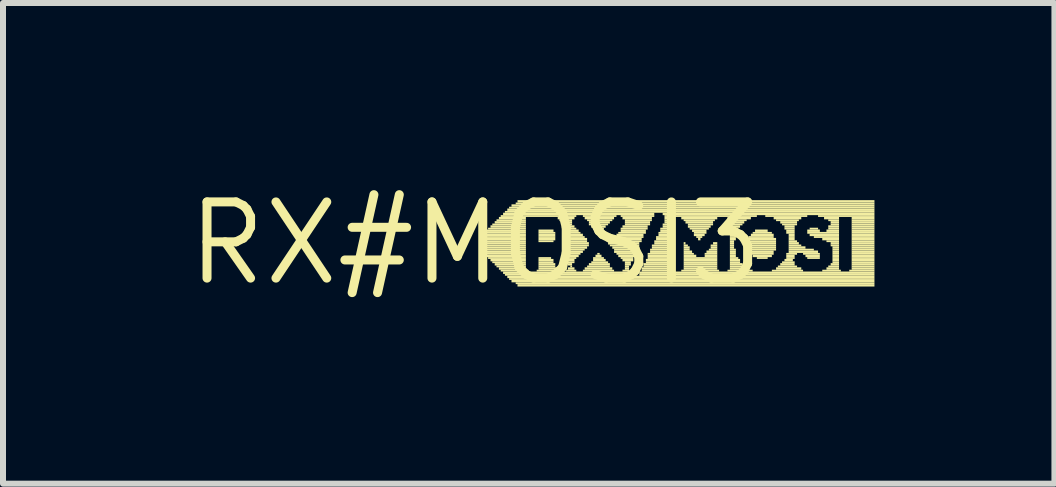
<source format=kicad_pcb>
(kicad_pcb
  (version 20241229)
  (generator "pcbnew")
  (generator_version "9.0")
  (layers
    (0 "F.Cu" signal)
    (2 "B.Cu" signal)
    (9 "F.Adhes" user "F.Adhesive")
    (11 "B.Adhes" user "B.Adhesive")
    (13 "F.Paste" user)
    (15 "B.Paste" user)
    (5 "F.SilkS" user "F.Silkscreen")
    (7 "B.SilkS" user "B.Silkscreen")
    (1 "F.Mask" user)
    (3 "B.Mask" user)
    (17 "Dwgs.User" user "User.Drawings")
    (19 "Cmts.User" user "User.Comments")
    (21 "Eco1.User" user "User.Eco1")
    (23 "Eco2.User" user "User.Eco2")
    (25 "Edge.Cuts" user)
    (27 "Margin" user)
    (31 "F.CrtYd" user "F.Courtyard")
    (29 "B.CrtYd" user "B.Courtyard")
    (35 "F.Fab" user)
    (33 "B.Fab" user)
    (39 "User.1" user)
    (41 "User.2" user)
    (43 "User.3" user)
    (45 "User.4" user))
  (footprint "RX#MOSI3"
    (layer "F.Cu")
    (at 4.876 1.006)
    (property "Reference" "RX#MOSI3" (at 0 0 0) (layer "F.SilkS") (effects (font (size 1.27 1.27) (thickness 0.15))))
    (fp_poly (pts (xy 0.11 -0.09) (xy 0.84 -0.09) (xy 0.84 -0.12) (xy 0.11 -0.12)) (stroke (width 0) (type solid)) (fill yes) (layer "F.SilkS"))
    (fp_poly (pts (xy 0.11 -0.05) (xy 0.84 -0.05) (xy 0.84 -0.09) (xy 0.11 -0.09)) (stroke (width 0) (type solid)) (fill yes) (layer "F.SilkS"))
    (fp_poly (pts (xy 0.11 -0.02) (xy 0.84 -0.02) (xy 0.84 -0.05) (xy 0.11 -0.05)) (stroke (width 0) (type solid)) (fill yes) (layer "F.SilkS"))
    (fp_poly (pts (xy 0.11 0.02) (xy 0.84 0.02) (xy 0.84 -0.02) (xy 0.11 -0.02)) (stroke (width 0) (type solid)) (fill yes) (layer "F.SilkS"))
    (fp_poly (pts (xy 0.11 0.05) (xy 0.84 0.05) (xy 0.84 0.02) (xy 0.11 0.02)) (stroke (width 0) (type solid)) (fill yes) (layer "F.SilkS"))
    (fp_poly (pts (xy 0.11 0.09) (xy 0.84 0.09) (xy 0.84 0.05) (xy 0.11 0.05)) (stroke (width 0) (type solid)) (fill yes) (layer "F.SilkS"))
    (fp_poly (pts (xy 0.11 0.12) (xy 0.84 0.12) (xy 0.84 0.09) (xy 0.11 0.09)) (stroke (width 0) (type solid)) (fill yes) (layer "F.SilkS"))
    (fp_poly (pts (xy 0.14 -0.12) (xy 0.84 -0.12) (xy 0.84 -0.16) (xy 0.14 -0.16)) (stroke (width 0) (type solid)) (fill yes) (layer "F.SilkS"))
    (fp_poly (pts (xy 0.14 0.16) (xy 0.84 0.16) (xy 0.84 0.12) (xy 0.14 0.12)) (stroke (width 0) (type solid)) (fill yes) (layer "F.SilkS"))
    (fp_poly (pts (xy 0.18 -0.19) (xy 0.84 -0.19) (xy 0.84 -0.23) (xy 0.18 -0.23)) (stroke (width 0) (type solid)) (fill yes) (layer "F.SilkS"))
    (fp_poly (pts (xy 0.18 -0.16) (xy 0.84 -0.16) (xy 0.84 -0.19) (xy 0.18 -0.19)) (stroke (width 0) (type solid)) (fill yes) (layer "F.SilkS"))
    (fp_poly (pts (xy 0.18 0.19) (xy 0.84 0.19) (xy 0.84 0.16) (xy 0.18 0.16)) (stroke (width 0) (type solid)) (fill yes) (layer "F.SilkS"))
    (fp_poly (pts (xy 0.18 0.23) (xy 0.84 0.23) (xy 0.84 0.19) (xy 0.18 0.19)) (stroke (width 0) (type solid)) (fill yes) (layer "F.SilkS"))
    (fp_poly (pts (xy 0.21 -0.23) (xy 0.84 -0.23) (xy 0.84 -0.26) (xy 0.21 -0.26)) (stroke (width 0) (type solid)) (fill yes) (layer "F.SilkS"))
    (fp_poly (pts (xy 0.21 0.26) (xy 0.84 0.26) (xy 0.84 0.23) (xy 0.21 0.23)) (stroke (width 0) (type solid)) (fill yes) (layer "F.SilkS"))
    (fp_poly (pts (xy 0.25 -0.26) (xy 0.84 -0.26) (xy 0.84 -0.3) (xy 0.25 -0.3)) (stroke (width 0) (type solid)) (fill yes) (layer "F.SilkS"))
    (fp_poly (pts (xy 0.25 0.3) (xy 0.84 0.3) (xy 0.84 0.26) (xy 0.25 0.26)) (stroke (width 0) (type solid)) (fill yes) (layer "F.SilkS"))
    (fp_poly (pts (xy 0.28 -0.3) (xy 0.84 -0.3) (xy 0.84 -0.33) (xy 0.28 -0.33)) (stroke (width 0) (type solid)) (fill yes) (layer "F.SilkS"))
    (fp_poly (pts (xy 0.28 0.33) (xy 0.84 0.33) (xy 0.84 0.3) (xy 0.28 0.3)) (stroke (width 0) (type solid)) (fill yes) (layer "F.SilkS"))
    (fp_poly (pts (xy 0.32 -0.33) (xy 0.84 -0.33) (xy 0.84 -0.37) (xy 0.32 -0.37)) (stroke (width 0) (type solid)) (fill yes) (layer "F.SilkS"))
    (fp_poly (pts (xy 0.32 0.37) (xy 0.84 0.37) (xy 0.84 0.33) (xy 0.32 0.33)) (stroke (width 0) (type solid)) (fill yes) (layer "F.SilkS"))
    (fp_poly (pts (xy 0.35 -0.37) (xy 0.84 -0.37) (xy 0.84 -0.4) (xy 0.35 -0.4)) (stroke (width 0) (type solid)) (fill yes) (layer "F.SilkS"))
    (fp_poly (pts (xy 0.35 0.4) (xy 0.84 0.4) (xy 0.84 0.37) (xy 0.35 0.37)) (stroke (width 0) (type solid)) (fill yes) (layer "F.SilkS"))
    (fp_poly (pts (xy 0.39 -0.4) (xy 0.84 -0.4) (xy 0.84 -0.44) (xy 0.39 -0.44)) (stroke (width 0) (type solid)) (fill yes) (layer "F.SilkS"))
    (fp_poly (pts (xy 0.39 0.44) (xy 0.84 0.44) (xy 0.84 0.4) (xy 0.39 0.4)) (stroke (width 0) (type solid)) (fill yes) (layer "F.SilkS"))
    (fp_poly (pts (xy 0.42 -0.44) (xy 1.68 -0.44) (xy 1.68 -0.47) (xy 0.42 -0.47)) (stroke (width 0) (type solid)) (fill yes) (layer "F.SilkS"))
    (fp_poly (pts (xy 0.42 0.47) (xy 0.88 0.47) (xy 0.88 0.44) (xy 0.42 0.44)) (stroke (width 0) (type solid)) (fill yes) (layer "F.SilkS"))
    (fp_poly (pts (xy 0.46 -0.47) (xy 2.98 -0.47) (xy 2.98 -0.51) (xy 0.46 -0.51)) (stroke (width 0) (type solid)) (fill yes) (layer "F.SilkS"))
    (fp_poly (pts (xy 0.46 0.51) (xy 2.56 0.51) (xy 2.56 0.47) (xy 0.46 0.47)) (stroke (width 0) (type solid)) (fill yes) (layer "F.SilkS"))
    (fp_poly (pts (xy 0.49 -0.51) (xy 6.65 -0.51) (xy 6.65 -0.54) (xy 0.49 -0.54)) (stroke (width 0) (type solid)) (fill yes) (layer "F.SilkS"))
    (fp_poly (pts (xy 0.49 0.54) (xy 2.63 0.54) (xy 2.63 0.51) (xy 0.49 0.51)) (stroke (width 0) (type solid)) (fill yes) (layer "F.SilkS"))
    (fp_poly (pts (xy 0.53 -0.54) (xy 6.65 -0.54) (xy 6.65 -0.58) (xy 0.53 -0.58)) (stroke (width 0) (type solid)) (fill yes) (layer "F.SilkS"))
    (fp_poly (pts (xy 0.53 0.58) (xy 6.65 0.58) (xy 6.65 0.54) (xy 0.53 0.54)) (stroke (width 0) (type solid)) (fill yes) (layer "F.SilkS"))
    (fp_poly (pts (xy 0.56 -0.58) (xy 6.65 -0.58) (xy 6.65 -0.61) (xy 0.56 -0.61)) (stroke (width 0) (type solid)) (fill yes) (layer "F.SilkS"))
    (fp_poly (pts (xy 0.56 0.61) (xy 6.65 0.61) (xy 6.65 0.58) (xy 0.56 0.58)) (stroke (width 0) (type solid)) (fill yes) (layer "F.SilkS"))
    (fp_poly (pts (xy 0.6 -0.61) (xy 6.65 -0.61) (xy 6.65 -0.65) (xy 0.6 -0.65)) (stroke (width 0) (type solid)) (fill yes) (layer "F.SilkS"))
    (fp_poly (pts (xy 0.6 0.65) (xy 6.65 0.65) (xy 6.65 0.61) (xy 0.6 0.61)) (stroke (width 0) (type solid)) (fill yes) (layer "F.SilkS"))
    (fp_poly (pts (xy 0.67 -0.65) (xy 6.65 -0.65) (xy 6.65 -0.68) (xy 0.67 -0.68)) (stroke (width 0) (type solid)) (fill yes) (layer "F.SilkS"))
    (fp_poly (pts (xy 0.67 0.68) (xy 6.65 0.68) (xy 6.65 0.65) (xy 0.67 0.65)) (stroke (width 0) (type solid)) (fill yes) (layer "F.SilkS"))
    (fp_poly (pts (xy 0.7 -0.68) (xy 6.65 -0.68) (xy 6.65 -0.72) (xy 0.7 -0.72)) (stroke (width 0) (type solid)) (fill yes) (layer "F.SilkS"))
    (fp_poly (pts (xy 0.7 0.72) (xy 6.65 0.72) (xy 6.65 0.68) (xy 0.7 0.68)) (stroke (width 0) (type solid)) (fill yes) (layer "F.SilkS"))
    (fp_poly (pts (xy 1.02 0.47) (xy 1.37 0.47) (xy 1.37 0.44) (xy 1.02 0.44)) (stroke (width 0) (type solid)) (fill yes) (layer "F.SilkS"))
    (fp_poly (pts (xy 1.05 -0.19) (xy 1.3 -0.19) (xy 1.3 -0.23) (xy 1.05 -0.23)) (stroke (width 0) (type solid)) (fill yes) (layer "F.SilkS"))
    (fp_poly (pts (xy 1.05 -0.16) (xy 1.33 -0.16) (xy 1.33 -0.19) (xy 1.05 -0.19)) (stroke (width 0) (type solid)) (fill yes) (layer "F.SilkS"))
    (fp_poly (pts (xy 1.05 -0.12) (xy 1.33 -0.12) (xy 1.33 -0.16) (xy 1.05 -0.16)) (stroke (width 0) (type solid)) (fill yes) (layer "F.SilkS"))
    (fp_poly (pts (xy 1.05 -0.09) (xy 1.33 -0.09) (xy 1.33 -0.12) (xy 1.05 -0.12)) (stroke (width 0) (type solid)) (fill yes) (layer "F.SilkS"))
    (fp_poly (pts (xy 1.05 -0.05) (xy 1.33 -0.05) (xy 1.33 -0.09) (xy 1.05 -0.09)) (stroke (width 0) (type solid)) (fill yes) (layer "F.SilkS"))
    (fp_poly (pts (xy 1.05 -0.02) (xy 1.3 -0.02) (xy 1.3 -0.05) (xy 1.05 -0.05)) (stroke (width 0) (type solid)) (fill yes) (layer "F.SilkS"))
    (fp_poly (pts (xy 1.05 0.26) (xy 1.26 0.26) (xy 1.26 0.23) (xy 1.05 0.23)) (stroke (width 0) (type solid)) (fill yes) (layer "F.SilkS"))
    (fp_poly (pts (xy 1.05 0.3) (xy 1.3 0.3) (xy 1.3 0.26) (xy 1.05 0.26)) (stroke (width 0) (type solid)) (fill yes) (layer "F.SilkS"))
    (fp_poly (pts (xy 1.05 0.33) (xy 1.3 0.33) (xy 1.3 0.3) (xy 1.05 0.3)) (stroke (width 0) (type solid)) (fill yes) (layer "F.SilkS"))
    (fp_poly (pts (xy 1.05 0.37) (xy 1.33 0.37) (xy 1.33 0.33) (xy 1.05 0.33)) (stroke (width 0) (type solid)) (fill yes) (layer "F.SilkS"))
    (fp_poly (pts (xy 1.05 0.4) (xy 1.33 0.4) (xy 1.33 0.37) (xy 1.05 0.37)) (stroke (width 0) (type solid)) (fill yes) (layer "F.SilkS"))
    (fp_poly (pts (xy 1.05 0.44) (xy 1.37 0.44) (xy 1.37 0.4) (xy 1.05 0.4)) (stroke (width 0) (type solid)) (fill yes) (layer "F.SilkS"))
    (fp_poly (pts (xy 1.37 -0.4) (xy 1.65 -0.4) (xy 1.65 -0.44) (xy 1.37 -0.44)) (stroke (width 0) (type solid)) (fill yes) (layer "F.SilkS"))
    (fp_poly (pts (xy 1.4 -0.37) (xy 1.61 -0.37) (xy 1.61 -0.4) (xy 1.4 -0.4)) (stroke (width 0) (type solid)) (fill yes) (layer "F.SilkS"))
    (fp_poly (pts (xy 1.47 -0.33) (xy 1.61 -0.33) (xy 1.61 -0.37) (xy 1.47 -0.37)) (stroke (width 0) (type solid)) (fill yes) (layer "F.SilkS"))
    (fp_poly (pts (xy 1.47 0.12) (xy 1.82 0.12) (xy 1.82 0.09) (xy 1.47 0.09)) (stroke (width 0) (type solid)) (fill yes) (layer "F.SilkS"))
    (fp_poly (pts (xy 1.47 0.16) (xy 1.79 0.16) (xy 1.79 0.12) (xy 1.47 0.12)) (stroke (width 0) (type solid)) (fill yes) (layer "F.SilkS"))
    (fp_poly (pts (xy 1.47 0.19) (xy 1.75 0.19) (xy 1.75 0.16) (xy 1.47 0.16)) (stroke (width 0) (type solid)) (fill yes) (layer "F.SilkS"))
    (fp_poly (pts (xy 1.51 -0.3) (xy 1.61 -0.3) (xy 1.61 -0.33) (xy 1.51 -0.33)) (stroke (width 0) (type solid)) (fill yes) (layer "F.SilkS"))
    (fp_poly (pts (xy 1.51 -0.26) (xy 1.65 -0.26) (xy 1.65 -0.3) (xy 1.51 -0.3)) (stroke (width 0) (type solid)) (fill yes) (layer "F.SilkS"))
    (fp_poly (pts (xy 1.51 0.05) (xy 1.89 0.05) (xy 1.89 0.02) (xy 1.51 0.02)) (stroke (width 0) (type solid)) (fill yes) (layer "F.SilkS"))
    (fp_poly (pts (xy 1.51 0.09) (xy 1.86 0.09) (xy 1.86 0.05) (xy 1.51 0.05)) (stroke (width 0) (type solid)) (fill yes) (layer "F.SilkS"))
    (fp_poly (pts (xy 1.51 0.23) (xy 1.72 0.23) (xy 1.72 0.19) (xy 1.51 0.19)) (stroke (width 0) (type solid)) (fill yes) (layer "F.SilkS"))
    (fp_poly (pts (xy 1.51 0.26) (xy 1.68 0.26) (xy 1.68 0.23) (xy 1.51 0.23)) (stroke (width 0) (type solid)) (fill yes) (layer "F.SilkS"))
    (fp_poly (pts (xy 1.51 0.47) (xy 1.68 0.47) (xy 1.68 0.44) (xy 1.51 0.44)) (stroke (width 0) (type solid)) (fill yes) (layer "F.SilkS"))
    (fp_poly (pts (xy 1.54 -0.23) (xy 1.68 -0.23) (xy 1.68 -0.26) (xy 1.54 -0.26)) (stroke (width 0) (type solid)) (fill yes) (layer "F.SilkS"))
    (fp_poly (pts (xy 1.54 -0.19) (xy 1.72 -0.19) (xy 1.72 -0.23) (xy 1.54 -0.23)) (stroke (width 0) (type solid)) (fill yes) (layer "F.SilkS"))
    (fp_poly (pts (xy 1.54 -0.16) (xy 1.75 -0.16) (xy 1.75 -0.19) (xy 1.54 -0.19)) (stroke (width 0) (type solid)) (fill yes) (layer "F.SilkS"))
    (fp_poly (pts (xy 1.54 -0.12) (xy 1.79 -0.12) (xy 1.79 -0.16) (xy 1.54 -0.16)) (stroke (width 0) (type solid)) (fill yes) (layer "F.SilkS"))
    (fp_poly (pts (xy 1.54 -0.09) (xy 1.82 -0.09) (xy 1.82 -0.12) (xy 1.54 -0.12)) (stroke (width 0) (type solid)) (fill yes) (layer "F.SilkS"))
    (fp_poly (pts (xy 1.54 -0.05) (xy 1.86 -0.05) (xy 1.86 -0.09) (xy 1.54 -0.09)) (stroke (width 0) (type solid)) (fill yes) (layer "F.SilkS"))
    (fp_poly (pts (xy 1.54 -0.02) (xy 1.86 -0.02) (xy 1.86 -0.05) (xy 1.54 -0.05)) (stroke (width 0) (type solid)) (fill yes) (layer "F.SilkS"))
    (fp_poly (pts (xy 1.54 0.02) (xy 1.89 0.02) (xy 1.89 -0.02) (xy 1.54 -0.02)) (stroke (width 0) (type solid)) (fill yes) (layer "F.SilkS"))
    (fp_poly (pts (xy 1.54 0.3) (xy 1.65 0.3) (xy 1.65 0.26) (xy 1.54 0.26)) (stroke (width 0) (type solid)) (fill yes) (layer "F.SilkS"))
    (fp_poly (pts (xy 1.54 0.33) (xy 1.65 0.33) (xy 1.65 0.3) (xy 1.54 0.3)) (stroke (width 0) (type solid)) (fill yes) (layer "F.SilkS"))
    (fp_poly (pts (xy 1.54 0.37) (xy 1.61 0.37) (xy 1.61 0.33) (xy 1.54 0.33)) (stroke (width 0) (type solid)) (fill yes) (layer "F.SilkS"))
    (fp_poly (pts (xy 1.54 0.44) (xy 1.65 0.44) (xy 1.65 0.4) (xy 1.54 0.4)) (stroke (width 0) (type solid)) (fill yes) (layer "F.SilkS"))
    (fp_poly (pts (xy 1.58 0.4) (xy 1.61 0.4) (xy 1.61 0.37) (xy 1.58 0.37)) (stroke (width 0) (type solid)) (fill yes) (layer "F.SilkS"))
    (fp_poly (pts (xy 1.79 -0.44) (xy 2.35 -0.44) (xy 2.35 -0.47) (xy 1.79 -0.47)) (stroke (width 0) (type solid)) (fill yes) (layer "F.SilkS"))
    (fp_poly (pts (xy 1.79 0.47) (xy 2.31 0.47) (xy 2.31 0.44) (xy 1.79 0.44)) (stroke (width 0) (type solid)) (fill yes) (layer "F.SilkS"))
    (fp_poly (pts (xy 1.82 -0.4) (xy 2.31 -0.4) (xy 2.31 -0.44) (xy 1.82 -0.44)) (stroke (width 0) (type solid)) (fill yes) (layer "F.SilkS"))
    (fp_poly (pts (xy 1.82 0.44) (xy 2.28 0.44) (xy 2.28 0.4) (xy 1.82 0.4)) (stroke (width 0) (type solid)) (fill yes) (layer "F.SilkS"))
    (fp_poly (pts (xy 1.86 -0.37) (xy 2.28 -0.37) (xy 2.28 -0.4) (xy 1.86 -0.4)) (stroke (width 0) (type solid)) (fill yes) (layer "F.SilkS"))
    (fp_poly (pts (xy 1.86 0.4) (xy 2.24 0.4) (xy 2.24 0.37) (xy 1.86 0.37)) (stroke (width 0) (type solid)) (fill yes) (layer "F.SilkS"))
    (fp_poly (pts (xy 1.89 -0.33) (xy 2.24 -0.33) (xy 2.24 -0.37) (xy 1.89 -0.37)) (stroke (width 0) (type solid)) (fill yes) (layer "F.SilkS"))
    (fp_poly (pts (xy 1.89 -0.3) (xy 2.21 -0.3) (xy 2.21 -0.33) (xy 1.89 -0.33)) (stroke (width 0) (type solid)) (fill yes) (layer "F.SilkS"))
    (fp_poly (pts (xy 1.89 0.37) (xy 2.24 0.37) (xy 2.24 0.33) (xy 1.89 0.33)) (stroke (width 0) (type solid)) (fill yes) (layer "F.SilkS"))
    (fp_poly (pts (xy 1.93 -0.26) (xy 2.17 -0.26) (xy 2.17 -0.3) (xy 1.93 -0.3)) (stroke (width 0) (type solid)) (fill yes) (layer "F.SilkS"))
    (fp_poly (pts (xy 1.93 0.33) (xy 2.21 0.33) (xy 2.21 0.3) (xy 1.93 0.3)) (stroke (width 0) (type solid)) (fill yes) (layer "F.SilkS"))
    (fp_poly (pts (xy 1.96 -0.23) (xy 2.14 -0.23) (xy 2.14 -0.26) (xy 1.96 -0.26)) (stroke (width 0) (type solid)) (fill yes) (layer "F.SilkS"))
    (fp_poly (pts (xy 1.96 0.26) (xy 2.14 0.26) (xy 2.14 0.23) (xy 1.96 0.23)) (stroke (width 0) (type solid)) (fill yes) (layer "F.SilkS"))
    (fp_poly (pts (xy 1.96 0.3) (xy 2.17 0.3) (xy 2.17 0.26) (xy 1.96 0.26)) (stroke (width 0) (type solid)) (fill yes) (layer "F.SilkS"))
    (fp_poly (pts (xy 2 -0.19) (xy 2.1 -0.19) (xy 2.1 -0.23) (xy 2 -0.23)) (stroke (width 0) (type solid)) (fill yes) (layer "F.SilkS"))
    (fp_poly (pts (xy 2 0.23) (xy 2.1 0.23) (xy 2.1 0.19) (xy 2 0.19)) (stroke (width 0) (type solid)) (fill yes) (layer "F.SilkS"))
    (fp_poly (pts (xy 2.03 -0.16) (xy 2.07 -0.16) (xy 2.07 -0.19) (xy 2.03 -0.19)) (stroke (width 0) (type solid)) (fill yes) (layer "F.SilkS"))
    (fp_poly (pts (xy 2.03 0.19) (xy 2.07 0.19) (xy 2.07 0.16) (xy 2.03 0.16)) (stroke (width 0) (type solid)) (fill yes) (layer "F.SilkS"))
    (fp_poly (pts (xy 2.21 0.02) (xy 2.73 0.02) (xy 2.73 -0.02) (xy 2.21 -0.02)) (stroke (width 0) (type solid)) (fill yes) (layer "F.SilkS"))
    (fp_poly (pts (xy 2.24 -0.02) (xy 2.77 -0.02) (xy 2.77 -0.05) (xy 2.24 -0.05)) (stroke (width 0) (type solid)) (fill yes) (layer "F.SilkS"))
    (fp_poly (pts (xy 2.24 0.05) (xy 2.73 0.05) (xy 2.73 0.02) (xy 2.24 0.02)) (stroke (width 0) (type solid)) (fill yes) (layer "F.SilkS"))
    (fp_poly (pts (xy 2.28 -0.05) (xy 2.77 -0.05) (xy 2.77 -0.09) (xy 2.28 -0.09)) (stroke (width 0) (type solid)) (fill yes) (layer "F.SilkS"))
    (fp_poly (pts (xy 2.28 0.09) (xy 2.73 0.09) (xy 2.73 0.05) (xy 2.28 0.05)) (stroke (width 0) (type solid)) (fill yes) (layer "F.SilkS"))
    (fp_poly (pts (xy 2.31 -0.09) (xy 2.8 -0.09) (xy 2.8 -0.12) (xy 2.31 -0.12)) (stroke (width 0) (type solid)) (fill yes) (layer "F.SilkS"))
    (fp_poly (pts (xy 2.31 0.12) (xy 2.7 0.12) (xy 2.7 0.09) (xy 2.31 0.09)) (stroke (width 0) (type solid)) (fill yes) (layer "F.SilkS"))
    (fp_poly (pts (xy 2.31 0.16) (xy 2.7 0.16) (xy 2.7 0.12) (xy 2.31 0.12)) (stroke (width 0) (type solid)) (fill yes) (layer "F.SilkS"))
    (fp_poly (pts (xy 2.35 -0.12) (xy 2.8 -0.12) (xy 2.8 -0.16) (xy 2.35 -0.16)) (stroke (width 0) (type solid)) (fill yes) (layer "F.SilkS"))
    (fp_poly (pts (xy 2.35 0.19) (xy 2.66 0.19) (xy 2.66 0.16) (xy 2.35 0.16)) (stroke (width 0) (type solid)) (fill yes) (layer "F.SilkS"))
    (fp_poly (pts (xy 2.38 -0.16) (xy 2.84 -0.16) (xy 2.84 -0.19) (xy 2.38 -0.19)) (stroke (width 0) (type solid)) (fill yes) (layer "F.SilkS"))
    (fp_poly (pts (xy 2.38 0.23) (xy 2.66 0.23) (xy 2.66 0.19) (xy 2.38 0.19)) (stroke (width 0) (type solid)) (fill yes) (layer "F.SilkS"))
    (fp_poly (pts (xy 2.42 -0.44) (xy 2.98 -0.44) (xy 2.98 -0.47) (xy 2.42 -0.47)) (stroke (width 0) (type solid)) (fill yes) (layer "F.SilkS"))
    (fp_poly (pts (xy 2.42 -0.23) (xy 2.87 -0.23) (xy 2.87 -0.26) (xy 2.42 -0.26)) (stroke (width 0) (type solid)) (fill yes) (layer "F.SilkS"))
    (fp_poly (pts (xy 2.42 -0.19) (xy 2.84 -0.19) (xy 2.84 -0.23) (xy 2.42 -0.23)) (stroke (width 0) (type solid)) (fill yes) (layer "F.SilkS"))
    (fp_poly (pts (xy 2.42 0.26) (xy 2.63 0.26) (xy 2.63 0.23) (xy 2.42 0.23)) (stroke (width 0) (type solid)) (fill yes) (layer "F.SilkS"))
    (fp_poly (pts (xy 2.45 -0.4) (xy 2.94 -0.4) (xy 2.94 -0.44) (xy 2.45 -0.44)) (stroke (width 0) (type solid)) (fill yes) (layer "F.SilkS"))
    (fp_poly (pts (xy 2.45 -0.26) (xy 2.87 -0.26) (xy 2.87 -0.3) (xy 2.45 -0.3)) (stroke (width 0) (type solid)) (fill yes) (layer "F.SilkS"))
    (fp_poly (pts (xy 2.45 0.3) (xy 2.63 0.3) (xy 2.63 0.26) (xy 2.45 0.26)) (stroke (width 0) (type solid)) (fill yes) (layer "F.SilkS"))
    (fp_poly (pts (xy 2.45 0.47) (xy 2.56 0.47) (xy 2.56 0.44) (xy 2.45 0.44)) (stroke (width 0) (type solid)) (fill yes) (layer "F.SilkS"))
    (fp_poly (pts (xy 2.49 -0.37) (xy 2.94 -0.37) (xy 2.94 -0.4) (xy 2.49 -0.4)) (stroke (width 0) (type solid)) (fill yes) (layer "F.SilkS"))
    (fp_poly (pts (xy 2.49 -0.33) (xy 2.91 -0.33) (xy 2.91 -0.37) (xy 2.49 -0.37)) (stroke (width 0) (type solid)) (fill yes) (layer "F.SilkS"))
    (fp_poly (pts (xy 2.49 -0.3) (xy 2.91 -0.3) (xy 2.91 -0.33) (xy 2.49 -0.33)) (stroke (width 0) (type solid)) (fill yes) (layer "F.SilkS"))
    (fp_poly (pts (xy 2.49 0.33) (xy 2.59 0.33) (xy 2.59 0.3) (xy 2.49 0.3)) (stroke (width 0) (type solid)) (fill yes) (layer "F.SilkS"))
    (fp_poly (pts (xy 2.49 0.37) (xy 2.59 0.37) (xy 2.59 0.33) (xy 2.49 0.33)) (stroke (width 0) (type solid)) (fill yes) (layer "F.SilkS"))
    (fp_poly (pts (xy 2.49 0.4) (xy 2.56 0.4) (xy 2.56 0.37) (xy 2.49 0.37)) (stroke (width 0) (type solid)) (fill yes) (layer "F.SilkS"))
    (fp_poly (pts (xy 2.49 0.44) (xy 2.56 0.44) (xy 2.56 0.4) (xy 2.49 0.4)) (stroke (width 0) (type solid)) (fill yes) (layer "F.SilkS"))
    (fp_poly (pts (xy 2.73 0.51) (xy 6.65 0.51) (xy 6.65 0.47) (xy 2.73 0.47)) (stroke (width 0) (type solid)) (fill yes) (layer "F.SilkS"))
    (fp_poly (pts (xy 2.73 0.54) (xy 6.65 0.54) (xy 6.65 0.51) (xy 2.73 0.51)) (stroke (width 0) (type solid)) (fill yes) (layer "F.SilkS"))
    (fp_poly (pts (xy 2.77 0.44) (xy 3.26 0.44) (xy 3.26 0.4) (xy 2.77 0.4)) (stroke (width 0) (type solid)) (fill yes) (layer "F.SilkS"))
    (fp_poly (pts (xy 2.77 0.47) (xy 3.26 0.47) (xy 3.26 0.44) (xy 2.77 0.44)) (stroke (width 0) (type solid)) (fill yes) (layer "F.SilkS"))
    (fp_poly (pts (xy 2.8 0.37) (xy 3.26 0.37) (xy 3.26 0.33) (xy 2.8 0.33)) (stroke (width 0) (type solid)) (fill yes) (layer "F.SilkS"))
    (fp_poly (pts (xy 2.8 0.4) (xy 3.26 0.4) (xy 3.26 0.37) (xy 2.8 0.37)) (stroke (width 0) (type solid)) (fill yes) (layer "F.SilkS"))
    (fp_poly (pts (xy 2.84 0.3) (xy 3.26 0.3) (xy 3.26 0.26) (xy 2.84 0.26)) (stroke (width 0) (type solid)) (fill yes) (layer "F.SilkS"))
    (fp_poly (pts (xy 2.84 0.33) (xy 3.26 0.33) (xy 3.26 0.3) (xy 2.84 0.3)) (stroke (width 0) (type solid)) (fill yes) (layer "F.SilkS"))
    (fp_poly (pts (xy 2.87 0.19) (xy 3.26 0.19) (xy 3.26 0.16) (xy 2.87 0.16)) (stroke (width 0) (type solid)) (fill yes) (layer "F.SilkS"))
    (fp_poly (pts (xy 2.87 0.23) (xy 3.26 0.23) (xy 3.26 0.19) (xy 2.87 0.19)) (stroke (width 0) (type solid)) (fill yes) (layer "F.SilkS"))
    (fp_poly (pts (xy 2.87 0.26) (xy 3.26 0.26) (xy 3.26 0.23) (xy 2.87 0.23)) (stroke (width 0) (type solid)) (fill yes) (layer "F.SilkS"))
    (fp_poly (pts (xy 2.91 0.12) (xy 3.26 0.12) (xy 3.26 0.09) (xy 2.91 0.09)) (stroke (width 0) (type solid)) (fill yes) (layer "F.SilkS"))
    (fp_poly (pts (xy 2.91 0.16) (xy 3.26 0.16) (xy 3.26 0.12) (xy 2.91 0.12)) (stroke (width 0) (type solid)) (fill yes) (layer "F.SilkS"))
    (fp_poly (pts (xy 2.94 0.05) (xy 3.26 0.05) (xy 3.26 0.02) (xy 2.94 0.02)) (stroke (width 0) (type solid)) (fill yes) (layer "F.SilkS"))
    (fp_poly (pts (xy 2.94 0.09) (xy 3.26 0.09) (xy 3.26 0.05) (xy 2.94 0.05)) (stroke (width 0) (type solid)) (fill yes) (layer "F.SilkS"))
    (fp_poly (pts (xy 2.98 -0.02) (xy 3.26 -0.02) (xy 3.26 -0.05) (xy 2.98 -0.05)) (stroke (width 0) (type solid)) (fill yes) (layer "F.SilkS"))
    (fp_poly (pts (xy 2.98 0.02) (xy 3.26 0.02) (xy 3.26 -0.02) (xy 2.98 -0.02)) (stroke (width 0) (type solid)) (fill yes) (layer "F.SilkS"))
    (fp_poly (pts (xy 3.01 -0.09) (xy 3.26 -0.09) (xy 3.26 -0.12) (xy 3.01 -0.12)) (stroke (width 0) (type solid)) (fill yes) (layer "F.SilkS"))
    (fp_poly (pts (xy 3.01 -0.05) (xy 3.26 -0.05) (xy 3.26 -0.09) (xy 3.01 -0.09)) (stroke (width 0) (type solid)) (fill yes) (layer "F.SilkS"))
    (fp_poly (pts (xy 3.05 -0.16) (xy 3.26 -0.16) (xy 3.26 -0.19) (xy 3.05 -0.19)) (stroke (width 0) (type solid)) (fill yes) (layer "F.SilkS"))
    (fp_poly (pts (xy 3.05 -0.12) (xy 3.26 -0.12) (xy 3.26 -0.16) (xy 3.05 -0.16)) (stroke (width 0) (type solid)) (fill yes) (layer "F.SilkS"))
    (fp_poly (pts (xy 3.08 -0.23) (xy 3.26 -0.23) (xy 3.26 -0.26) (xy 3.08 -0.26)) (stroke (width 0) (type solid)) (fill yes) (layer "F.SilkS"))
    (fp_poly (pts (xy 3.08 -0.19) (xy 3.26 -0.19) (xy 3.26 -0.23) (xy 3.08 -0.23)) (stroke (width 0) (type solid)) (fill yes) (layer "F.SilkS"))
    (fp_poly (pts (xy 3.12 -0.47) (xy 6.65 -0.47) (xy 6.65 -0.51) (xy 3.12 -0.51)) (stroke (width 0) (type solid)) (fill yes) (layer "F.SilkS"))
    (fp_poly (pts (xy 3.12 -0.3) (xy 3.26 -0.3) (xy 3.26 -0.33) (xy 3.12 -0.33)) (stroke (width 0) (type solid)) (fill yes) (layer "F.SilkS"))
    (fp_poly (pts (xy 3.12 -0.26) (xy 3.26 -0.26) (xy 3.26 -0.3) (xy 3.12 -0.3)) (stroke (width 0) (type solid)) (fill yes) (layer "F.SilkS"))
    (fp_poly (pts (xy 3.15 -0.44) (xy 4.69 -0.44) (xy 4.69 -0.47) (xy 3.15 -0.47)) (stroke (width 0) (type solid)) (fill yes) (layer "F.SilkS"))
    (fp_poly (pts (xy 3.15 -0.4) (xy 3.26 -0.4) (xy 3.26 -0.44) (xy 3.15 -0.44)) (stroke (width 0) (type solid)) (fill yes) (layer "F.SilkS"))
    (fp_poly (pts (xy 3.15 -0.37) (xy 3.26 -0.37) (xy 3.26 -0.4) (xy 3.15 -0.4)) (stroke (width 0) (type solid)) (fill yes) (layer "F.SilkS"))
    (fp_poly (pts (xy 3.15 -0.33) (xy 3.26 -0.33) (xy 3.26 -0.37) (xy 3.15 -0.37)) (stroke (width 0) (type solid)) (fill yes) (layer "F.SilkS"))
    (fp_poly (pts (xy 3.43 -0.4) (xy 4.03 -0.4) (xy 4.03 -0.44) (xy 3.43 -0.44)) (stroke (width 0) (type solid)) (fill yes) (layer "F.SilkS"))
    (fp_poly (pts (xy 3.43 0.47) (xy 4.06 0.47) (xy 4.06 0.44) (xy 3.43 0.44)) (stroke (width 0) (type solid)) (fill yes) (layer "F.SilkS"))
    (fp_poly (pts (xy 3.47 -0.37) (xy 3.99 -0.37) (xy 3.99 -0.4) (xy 3.47 -0.4)) (stroke (width 0) (type solid)) (fill yes) (layer "F.SilkS"))
    (fp_poly (pts (xy 3.47 0.02) (xy 3.5 0.02) (xy 3.5 -0.02) (xy 3.47 -0.02)) (stroke (width 0) (type solid)) (fill yes) (layer "F.SilkS"))
    (fp_poly (pts (xy 3.47 0.05) (xy 3.54 0.05) (xy 3.54 0.02) (xy 3.47 0.02)) (stroke (width 0) (type solid)) (fill yes) (layer "F.SilkS"))
    (fp_poly (pts (xy 3.47 0.09) (xy 3.57 0.09) (xy 3.57 0.05) (xy 3.47 0.05)) (stroke (width 0) (type solid)) (fill yes) (layer "F.SilkS"))
    (fp_poly (pts (xy 3.47 0.12) (xy 3.57 0.12) (xy 3.57 0.09) (xy 3.47 0.09)) (stroke (width 0) (type solid)) (fill yes) (layer "F.SilkS"))
    (fp_poly (pts (xy 3.47 0.16) (xy 3.61 0.16) (xy 3.61 0.12) (xy 3.47 0.12)) (stroke (width 0) (type solid)) (fill yes) (layer "F.SilkS"))
    (fp_poly (pts (xy 3.47 0.19) (xy 3.64 0.19) (xy 3.64 0.16) (xy 3.47 0.16)) (stroke (width 0) (type solid)) (fill yes) (layer "F.SilkS"))
    (fp_poly (pts (xy 3.47 0.23) (xy 3.68 0.23) (xy 3.68 0.19) (xy 3.47 0.19)) (stroke (width 0) (type solid)) (fill yes) (layer "F.SilkS"))
    (fp_poly (pts (xy 3.47 0.26) (xy 4.03 0.26) (xy 4.03 0.23) (xy 3.47 0.23)) (stroke (width 0) (type solid)) (fill yes) (layer "F.SilkS"))
    (fp_poly (pts (xy 3.47 0.3) (xy 4.03 0.3) (xy 4.03 0.26) (xy 3.47 0.26)) (stroke (width 0) (type solid)) (fill yes) (layer "F.SilkS"))
    (fp_poly (pts (xy 3.47 0.33) (xy 4.03 0.33) (xy 4.03 0.3) (xy 3.47 0.3)) (stroke (width 0) (type solid)) (fill yes) (layer "F.SilkS"))
    (fp_poly (pts (xy 3.47 0.37) (xy 4.03 0.37) (xy 4.03 0.33) (xy 3.47 0.33)) (stroke (width 0) (type solid)) (fill yes) (layer "F.SilkS"))
    (fp_poly (pts (xy 3.47 0.4) (xy 4.03 0.4) (xy 4.03 0.37) (xy 3.47 0.37)) (stroke (width 0) (type solid)) (fill yes) (layer "F.SilkS"))
    (fp_poly (pts (xy 3.47 0.44) (xy 4.03 0.44) (xy 4.03 0.4) (xy 3.47 0.4)) (stroke (width 0) (type solid)) (fill yes) (layer "F.SilkS"))
    (fp_poly (pts (xy 3.5 -0.33) (xy 3.96 -0.33) (xy 3.96 -0.37) (xy 3.5 -0.37)) (stroke (width 0) (type solid)) (fill yes) (layer "F.SilkS"))
    (fp_poly (pts (xy 3.54 -0.3) (xy 3.96 -0.3) (xy 3.96 -0.33) (xy 3.54 -0.33)) (stroke (width 0) (type solid)) (fill yes) (layer "F.SilkS"))
    (fp_poly (pts (xy 3.54 -0.26) (xy 3.92 -0.26) (xy 3.92 -0.3) (xy 3.54 -0.3)) (stroke (width 0) (type solid)) (fill yes) (layer "F.SilkS"))
    (fp_poly (pts (xy 3.57 -0.23) (xy 3.89 -0.23) (xy 3.89 -0.26) (xy 3.57 -0.26)) (stroke (width 0) (type solid)) (fill yes) (layer "F.SilkS"))
    (fp_poly (pts (xy 3.61 -0.19) (xy 3.85 -0.19) (xy 3.85 -0.23) (xy 3.61 -0.23)) (stroke (width 0) (type solid)) (fill yes) (layer "F.SilkS"))
    (fp_poly (pts (xy 3.64 -0.16) (xy 3.85 -0.16) (xy 3.85 -0.19) (xy 3.64 -0.19)) (stroke (width 0) (type solid)) (fill yes) (layer "F.SilkS"))
    (fp_poly (pts (xy 3.64 -0.12) (xy 3.82 -0.12) (xy 3.82 -0.16) (xy 3.64 -0.16)) (stroke (width 0) (type solid)) (fill yes) (layer "F.SilkS"))
    (fp_poly (pts (xy 3.68 -0.09) (xy 3.78 -0.09) (xy 3.78 -0.12) (xy 3.68 -0.12)) (stroke (width 0) (type solid)) (fill yes) (layer "F.SilkS"))
    (fp_poly (pts (xy 3.71 -0.05) (xy 3.75 -0.05) (xy 3.75 -0.09) (xy 3.71 -0.09)) (stroke (width 0) (type solid)) (fill yes) (layer "F.SilkS"))
    (fp_poly (pts (xy 3.82 0.19) (xy 4.03 0.19) (xy 4.03 0.16) (xy 3.82 0.16)) (stroke (width 0) (type solid)) (fill yes) (layer "F.SilkS"))
    (fp_poly (pts (xy 3.82 0.23) (xy 4.03 0.23) (xy 4.03 0.19) (xy 3.82 0.19)) (stroke (width 0) (type solid)) (fill yes) (layer "F.SilkS"))
    (fp_poly (pts (xy 3.85 0.16) (xy 4.03 0.16) (xy 4.03 0.12) (xy 3.85 0.12)) (stroke (width 0) (type solid)) (fill yes) (layer "F.SilkS"))
    (fp_poly (pts (xy 3.89 0.12) (xy 4.03 0.12) (xy 4.03 0.09) (xy 3.89 0.09)) (stroke (width 0) (type solid)) (fill yes) (layer "F.SilkS"))
    (fp_poly (pts (xy 3.92 0.05) (xy 4.03 0.05) (xy 4.03 0.02) (xy 3.92 0.02)) (stroke (width 0) (type solid)) (fill yes) (layer "F.SilkS"))
    (fp_poly (pts (xy 3.92 0.09) (xy 4.03 0.09) (xy 4.03 0.05) (xy 3.92 0.05)) (stroke (width 0) (type solid)) (fill yes) (layer "F.SilkS"))
    (fp_poly (pts (xy 3.96 0.02) (xy 4.03 0.02) (xy 4.03 -0.02) (xy 3.96 -0.02)) (stroke (width 0) (type solid)) (fill yes) (layer "F.SilkS"))
    (fp_poly (pts (xy 4.2 -0.4) (xy 4.59 -0.4) (xy 4.59 -0.44) (xy 4.2 -0.44)) (stroke (width 0) (type solid)) (fill yes) (layer "F.SilkS"))
    (fp_poly (pts (xy 4.2 0.47) (xy 4.62 0.47) (xy 4.62 0.44) (xy 4.2 0.44)) (stroke (width 0) (type solid)) (fill yes) (layer "F.SilkS"))
    (fp_poly (pts (xy 4.24 -0.37) (xy 4.52 -0.37) (xy 4.52 -0.4) (xy 4.24 -0.4)) (stroke (width 0) (type solid)) (fill yes) (layer "F.SilkS"))
    (fp_poly (pts (xy 4.24 -0.33) (xy 4.48 -0.33) (xy 4.48 -0.37) (xy 4.24 -0.37)) (stroke (width 0) (type solid)) (fill yes) (layer "F.SilkS"))
    (fp_poly (pts (xy 4.24 -0.3) (xy 4.45 -0.3) (xy 4.45 -0.33) (xy 4.24 -0.33)) (stroke (width 0) (type solid)) (fill yes) (layer "F.SilkS"))
    (fp_poly (pts (xy 4.24 -0.26) (xy 4.41 -0.26) (xy 4.41 -0.3) (xy 4.24 -0.3)) (stroke (width 0) (type solid)) (fill yes) (layer "F.SilkS"))
    (fp_poly (pts (xy 4.24 -0.23) (xy 4.38 -0.23) (xy 4.38 -0.26) (xy 4.24 -0.26)) (stroke (width 0) (type solid)) (fill yes) (layer "F.SilkS"))
    (fp_poly (pts (xy 4.24 -0.19) (xy 4.38 -0.19) (xy 4.38 -0.23) (xy 4.24 -0.23)) (stroke (width 0) (type solid)) (fill yes) (layer "F.SilkS"))
    (fp_poly (pts (xy 4.24 -0.16) (xy 4.34 -0.16) (xy 4.34 -0.19) (xy 4.24 -0.19)) (stroke (width 0) (type solid)) (fill yes) (layer "F.SilkS"))
    (fp_poly (pts (xy 4.24 -0.12) (xy 4.34 -0.12) (xy 4.34 -0.16) (xy 4.24 -0.16)) (stroke (width 0) (type solid)) (fill yes) (layer "F.SilkS"))
    (fp_poly (pts (xy 4.24 -0.09) (xy 4.34 -0.09) (xy 4.34 -0.12) (xy 4.24 -0.12)) (stroke (width 0) (type solid)) (fill yes) (layer "F.SilkS"))
    (fp_poly (pts (xy 4.24 -0.05) (xy 4.34 -0.05) (xy 4.34 -0.09) (xy 4.24 -0.09)) (stroke (width 0) (type solid)) (fill yes) (layer "F.SilkS"))
    (fp_poly (pts (xy 4.24 -0.02) (xy 4.31 -0.02) (xy 4.31 -0.05) (xy 4.24 -0.05)) (stroke (width 0) (type solid)) (fill yes) (layer "F.SilkS"))
    (fp_poly (pts (xy 4.24 0.02) (xy 4.31 0.02) (xy 4.31 -0.02) (xy 4.24 -0.02)) (stroke (width 0) (type solid)) (fill yes) (layer "F.SilkS"))
    (fp_poly (pts (xy 4.24 0.05) (xy 4.31 0.05) (xy 4.31 0.02) (xy 4.24 0.02)) (stroke (width 0) (type solid)) (fill yes) (layer "F.SilkS"))
    (fp_poly (pts (xy 4.24 0.09) (xy 4.31 0.09) (xy 4.31 0.05) (xy 4.24 0.05)) (stroke (width 0) (type solid)) (fill yes) (layer "F.SilkS"))
    (fp_poly (pts (xy 4.24 0.12) (xy 4.34 0.12) (xy 4.34 0.09) (xy 4.24 0.09)) (stroke (width 0) (type solid)) (fill yes) (layer "F.SilkS"))
    (fp_poly (pts (xy 4.24 0.16) (xy 4.34 0.16) (xy 4.34 0.12) (xy 4.24 0.12)) (stroke (width 0) (type solid)) (fill yes) (layer "F.SilkS"))
    (fp_poly (pts (xy 4.24 0.19) (xy 4.34 0.19) (xy 4.34 0.16) (xy 4.24 0.16)) (stroke (width 0) (type solid)) (fill yes) (layer "F.SilkS"))
    (fp_poly (pts (xy 4.24 0.23) (xy 4.34 0.23) (xy 4.34 0.19) (xy 4.24 0.19)) (stroke (width 0) (type solid)) (fill yes) (layer "F.SilkS"))
    (fp_poly (pts (xy 4.24 0.26) (xy 4.38 0.26) (xy 4.38 0.23) (xy 4.24 0.23)) (stroke (width 0) (type solid)) (fill yes) (layer "F.SilkS"))
    (fp_poly (pts (xy 4.24 0.3) (xy 4.41 0.3) (xy 4.41 0.26) (xy 4.24 0.26)) (stroke (width 0) (type solid)) (fill yes) (layer "F.SilkS"))
    (fp_poly (pts (xy 4.24 0.33) (xy 4.41 0.33) (xy 4.41 0.3) (xy 4.24 0.3)) (stroke (width 0) (type solid)) (fill yes) (layer "F.SilkS"))
    (fp_poly (pts (xy 4.24 0.37) (xy 4.45 0.37) (xy 4.45 0.33) (xy 4.24 0.33)) (stroke (width 0) (type solid)) (fill yes) (layer "F.SilkS"))
    (fp_poly (pts (xy 4.24 0.4) (xy 4.48 0.4) (xy 4.48 0.37) (xy 4.24 0.37)) (stroke (width 0) (type solid)) (fill yes) (layer "F.SilkS"))
    (fp_poly (pts (xy 4.24 0.44) (xy 4.55 0.44) (xy 4.55 0.4) (xy 4.24 0.4)) (stroke (width 0) (type solid)) (fill yes) (layer "F.SilkS"))
    (fp_poly (pts (xy 4.55 -0.09) (xy 4.97 -0.09) (xy 4.97 -0.12) (xy 4.55 -0.12)) (stroke (width 0) (type solid)) (fill yes) (layer "F.SilkS"))
    (fp_poly (pts (xy 4.55 -0.05) (xy 5.01 -0.05) (xy 5.01 -0.09) (xy 4.55 -0.09)) (stroke (width 0) (type solid)) (fill yes) (layer "F.SilkS"))
    (fp_poly (pts (xy 4.55 -0.02) (xy 5.01 -0.02) (xy 5.01 -0.05) (xy 4.55 -0.05)) (stroke (width 0) (type solid)) (fill yes) (layer "F.SilkS"))
    (fp_poly (pts (xy 4.55 0.02) (xy 5.01 0.02) (xy 5.01 -0.02) (xy 4.55 -0.02)) (stroke (width 0) (type solid)) (fill yes) (layer "F.SilkS"))
    (fp_poly (pts (xy 4.55 0.05) (xy 5.01 0.05) (xy 5.01 0.02) (xy 4.55 0.02)) (stroke (width 0) (type solid)) (fill yes) (layer "F.SilkS"))
    (fp_poly (pts (xy 4.55 0.09) (xy 5.01 0.09) (xy 5.01 0.05) (xy 4.55 0.05)) (stroke (width 0) (type solid)) (fill yes) (layer "F.SilkS"))
    (fp_poly (pts (xy 4.55 0.12) (xy 5.01 0.12) (xy 5.01 0.09) (xy 4.55 0.09)) (stroke (width 0) (type solid)) (fill yes) (layer "F.SilkS"))
    (fp_poly (pts (xy 4.55 0.16) (xy 4.97 0.16) (xy 4.97 0.12) (xy 4.55 0.12)) (stroke (width 0) (type solid)) (fill yes) (layer "F.SilkS"))
    (fp_poly (pts (xy 4.59 -0.12) (xy 4.97 -0.12) (xy 4.97 -0.16) (xy 4.59 -0.16)) (stroke (width 0) (type solid)) (fill yes) (layer "F.SilkS"))
    (fp_poly (pts (xy 4.59 0.19) (xy 4.97 0.19) (xy 4.97 0.16) (xy 4.59 0.16)) (stroke (width 0) (type solid)) (fill yes) (layer "F.SilkS"))
    (fp_poly (pts (xy 4.62 -0.16) (xy 4.94 -0.16) (xy 4.94 -0.19) (xy 4.62 -0.19)) (stroke (width 0) (type solid)) (fill yes) (layer "F.SilkS"))
    (fp_poly (pts (xy 4.62 0.23) (xy 4.94 0.23) (xy 4.94 0.19) (xy 4.62 0.19)) (stroke (width 0) (type solid)) (fill yes) (layer "F.SilkS"))
    (fp_poly (pts (xy 4.66 -0.19) (xy 4.87 -0.19) (xy 4.87 -0.23) (xy 4.66 -0.23)) (stroke (width 0) (type solid)) (fill yes) (layer "F.SilkS"))
    (fp_poly (pts (xy 4.69 0.26) (xy 4.87 0.26) (xy 4.87 0.23) (xy 4.69 0.23)) (stroke (width 0) (type solid)) (fill yes) (layer "F.SilkS"))
    (fp_poly (pts (xy 4.83 -0.44) (xy 5.53 -0.44) (xy 5.53 -0.47) (xy 4.83 -0.47)) (stroke (width 0) (type solid)) (fill yes) (layer "F.SilkS"))
    (fp_poly (pts (xy 4.94 0.47) (xy 5.46 0.47) (xy 5.46 0.44) (xy 4.94 0.44)) (stroke (width 0) (type solid)) (fill yes) (layer "F.SilkS"))
    (fp_poly (pts (xy 4.97 -0.4) (xy 5.43 -0.4) (xy 5.43 -0.44) (xy 4.97 -0.44)) (stroke (width 0) (type solid)) (fill yes) (layer "F.SilkS"))
    (fp_poly (pts (xy 5.01 -0.37) (xy 5.39 -0.37) (xy 5.39 -0.4) (xy 5.01 -0.4)) (stroke (width 0) (type solid)) (fill yes) (layer "F.SilkS"))
    (fp_poly (pts (xy 5.01 0.44) (xy 5.43 0.44) (xy 5.43 0.4) (xy 5.01 0.4)) (stroke (width 0) (type solid)) (fill yes) (layer "F.SilkS"))
    (fp_poly (pts (xy 5.04 0.4) (xy 5.36 0.4) (xy 5.36 0.37) (xy 5.04 0.37)) (stroke (width 0) (type solid)) (fill yes) (layer "F.SilkS"))
    (fp_poly (pts (xy 5.08 -0.33) (xy 5.36 -0.33) (xy 5.36 -0.37) (xy 5.08 -0.37)) (stroke (width 0) (type solid)) (fill yes) (layer "F.SilkS"))
    (fp_poly (pts (xy 5.08 0.37) (xy 5.32 0.37) (xy 5.32 0.33) (xy 5.08 0.33)) (stroke (width 0) (type solid)) (fill yes) (layer "F.SilkS"))
    (fp_poly (pts (xy 5.11 -0.3) (xy 5.36 -0.3) (xy 5.36 -0.33) (xy 5.11 -0.33)) (stroke (width 0) (type solid)) (fill yes) (layer "F.SilkS"))
    (fp_poly (pts (xy 5.11 0.33) (xy 5.32 0.33) (xy 5.32 0.3) (xy 5.11 0.3)) (stroke (width 0) (type solid)) (fill yes) (layer "F.SilkS"))
    (fp_poly (pts (xy 5.15 -0.26) (xy 5.32 -0.26) (xy 5.32 -0.3) (xy 5.15 -0.3)) (stroke (width 0) (type solid)) (fill yes) (layer "F.SilkS"))
    (fp_poly (pts (xy 5.15 -0.23) (xy 5.32 -0.23) (xy 5.32 -0.26) (xy 5.15 -0.26)) (stroke (width 0) (type solid)) (fill yes) (layer "F.SilkS"))
    (fp_poly (pts (xy 5.15 0.3) (xy 5.29 0.3) (xy 5.29 0.26) (xy 5.15 0.26)) (stroke (width 0) (type solid)) (fill yes) (layer "F.SilkS"))
    (fp_poly (pts (xy 5.18 -0.19) (xy 5.32 -0.19) (xy 5.32 -0.23) (xy 5.18 -0.23)) (stroke (width 0) (type solid)) (fill yes) (layer "F.SilkS"))
    (fp_poly (pts (xy 5.18 -0.16) (xy 5.32 -0.16) (xy 5.32 -0.19) (xy 5.18 -0.19)) (stroke (width 0) (type solid)) (fill yes) (layer "F.SilkS"))
    (fp_poly (pts (xy 5.18 0.19) (xy 5.36 0.19) (xy 5.36 0.16) (xy 5.18 0.16)) (stroke (width 0) (type solid)) (fill yes) (layer "F.SilkS"))
    (fp_poly (pts (xy 5.18 0.23) (xy 5.32 0.23) (xy 5.32 0.19) (xy 5.18 0.19)) (stroke (width 0) (type solid)) (fill yes) (layer "F.SilkS"))
    (fp_poly (pts (xy 5.18 0.26) (xy 5.32 0.26) (xy 5.32 0.23) (xy 5.18 0.23)) (stroke (width 0) (type solid)) (fill yes) (layer "F.SilkS"))
    (fp_poly (pts (xy 5.22 -0.12) (xy 5.32 -0.12) (xy 5.32 -0.16) (xy 5.22 -0.16)) (stroke (width 0) (type solid)) (fill yes) (layer "F.SilkS"))
    (fp_poly (pts (xy 5.22 -0.09) (xy 5.32 -0.09) (xy 5.32 -0.12) (xy 5.22 -0.12)) (stroke (width 0) (type solid)) (fill yes) (layer "F.SilkS"))
    (fp_poly (pts (xy 5.22 -0.05) (xy 5.32 -0.05) (xy 5.32 -0.09) (xy 5.22 -0.09)) (stroke (width 0) (type solid)) (fill yes) (layer "F.SilkS"))
    (fp_poly (pts (xy 5.22 -0.02) (xy 5.36 -0.02) (xy 5.36 -0.05) (xy 5.22 -0.05)) (stroke (width 0) (type solid)) (fill yes) (layer "F.SilkS"))
    (fp_poly (pts (xy 5.22 0.02) (xy 5.39 0.02) (xy 5.39 -0.02) (xy 5.22 -0.02)) (stroke (width 0) (type solid)) (fill yes) (layer "F.SilkS"))
    (fp_poly (pts (xy 5.22 0.05) (xy 5.43 0.05) (xy 5.43 0.02) (xy 5.22 0.02)) (stroke (width 0) (type solid)) (fill yes) (layer "F.SilkS"))
    (fp_poly (pts (xy 5.22 0.09) (xy 5.5 0.09) (xy 5.5 0.05) (xy 5.22 0.05)) (stroke (width 0) (type solid)) (fill yes) (layer "F.SilkS"))
    (fp_poly (pts (xy 5.22 0.12) (xy 5.64 0.12) (xy 5.64 0.09) (xy 5.22 0.09)) (stroke (width 0) (type solid)) (fill yes) (layer "F.SilkS"))
    (fp_poly (pts (xy 5.22 0.16) (xy 5.71 0.16) (xy 5.71 0.12) (xy 5.22 0.12)) (stroke (width 0) (type solid)) (fill yes) (layer "F.SilkS"))
    (fp_poly (pts (xy 5.46 0.19) (xy 5.74 0.19) (xy 5.74 0.16) (xy 5.46 0.16)) (stroke (width 0) (type solid)) (fill yes) (layer "F.SilkS"))
    (fp_poly (pts (xy 5.5 0.23) (xy 5.74 0.23) (xy 5.74 0.19) (xy 5.5 0.19)) (stroke (width 0) (type solid)) (fill yes) (layer "F.SilkS"))
    (fp_poly (pts (xy 5.53 -0.19) (xy 5.74 -0.19) (xy 5.74 -0.23) (xy 5.53 -0.23)) (stroke (width 0) (type solid)) (fill yes) (layer "F.SilkS"))
    (fp_poly (pts (xy 5.53 -0.16) (xy 6.06 -0.16) (xy 6.06 -0.19) (xy 5.53 -0.19)) (stroke (width 0) (type solid)) (fill yes) (layer "F.SilkS"))
    (fp_poly (pts (xy 5.53 0.26) (xy 5.74 0.26) (xy 5.74 0.23) (xy 5.53 0.23)) (stroke (width 0) (type solid)) (fill yes) (layer "F.SilkS"))
    (fp_poly (pts (xy 5.57 -0.23) (xy 5.71 -0.23) (xy 5.71 -0.26) (xy 5.57 -0.26)) (stroke (width 0) (type solid)) (fill yes) (layer "F.SilkS"))
    (fp_poly (pts (xy 5.57 -0.12) (xy 6.06 -0.12) (xy 6.06 -0.16) (xy 5.57 -0.16)) (stroke (width 0) (type solid)) (fill yes) (layer "F.SilkS"))
    (fp_poly (pts (xy 5.64 -0.09) (xy 6.06 -0.09) (xy 6.06 -0.12) (xy 5.64 -0.12)) (stroke (width 0) (type solid)) (fill yes) (layer "F.SilkS"))
    (fp_poly (pts (xy 5.71 -0.44) (xy 6.65 -0.44) (xy 6.65 -0.47) (xy 5.71 -0.47)) (stroke (width 0) (type solid)) (fill yes) (layer "F.SilkS"))
    (fp_poly (pts (xy 5.78 -0.05) (xy 6.06 -0.05) (xy 6.06 -0.09) (xy 5.78 -0.09)) (stroke (width 0) (type solid)) (fill yes) (layer "F.SilkS"))
    (fp_poly (pts (xy 5.78 0.47) (xy 6.09 0.47) (xy 6.09 0.44) (xy 5.78 0.44)) (stroke (width 0) (type solid)) (fill yes) (layer "F.SilkS"))
    (fp_poly (pts (xy 5.81 -0.4) (xy 6.06 -0.4) (xy 6.06 -0.44) (xy 5.81 -0.44)) (stroke (width 0) (type solid)) (fill yes) (layer "F.SilkS"))
    (fp_poly (pts (xy 5.85 -0.19) (xy 6.06 -0.19) (xy 6.06 -0.23) (xy 5.85 -0.23)) (stroke (width 0) (type solid)) (fill yes) (layer "F.SilkS"))
    (fp_poly (pts (xy 5.85 -0.02) (xy 6.06 -0.02) (xy 6.06 -0.05) (xy 5.85 -0.05)) (stroke (width 0) (type solid)) (fill yes) (layer "F.SilkS"))
    (fp_poly (pts (xy 5.85 0.44) (xy 6.06 0.44) (xy 6.06 0.4) (xy 5.85 0.4)) (stroke (width 0) (type solid)) (fill yes) (layer "F.SilkS"))
    (fp_poly (pts (xy 5.88 -0.37) (xy 6.06 -0.37) (xy 6.06 -0.4) (xy 5.88 -0.4)) (stroke (width 0) (type solid)) (fill yes) (layer "F.SilkS"))
    (fp_poly (pts (xy 5.88 -0.26) (xy 6.06 -0.26) (xy 6.06 -0.3) (xy 5.88 -0.3)) (stroke (width 0) (type solid)) (fill yes) (layer "F.SilkS"))
    (fp_poly (pts (xy 5.88 -0.23) (xy 6.06 -0.23) (xy 6.06 -0.26) (xy 5.88 -0.26)) (stroke (width 0) (type solid)) (fill yes) (layer "F.SilkS"))
    (fp_poly (pts (xy 5.88 0.4) (xy 6.06 0.4) (xy 6.06 0.37) (xy 5.88 0.37)) (stroke (width 0) (type solid)) (fill yes) (layer "F.SilkS"))
    (fp_poly (pts (xy 5.92 -0.33) (xy 6.06 -0.33) (xy 6.06 -0.37) (xy 5.92 -0.37)) (stroke (width 0) (type solid)) (fill yes) (layer "F.SilkS"))
    (fp_poly (pts (xy 5.92 -0.3) (xy 6.06 -0.3) (xy 6.06 -0.33) (xy 5.92 -0.33)) (stroke (width 0) (type solid)) (fill yes) (layer "F.SilkS"))
    (fp_poly (pts (xy 5.92 0.02) (xy 6.06 0.02) (xy 6.06 -0.02) (xy 5.92 -0.02)) (stroke (width 0) (type solid)) (fill yes) (layer "F.SilkS"))
    (fp_poly (pts (xy 5.92 0.05) (xy 6.06 0.05) (xy 6.06 0.02) (xy 5.92 0.02)) (stroke (width 0) (type solid)) (fill yes) (layer "F.SilkS"))
    (fp_poly (pts (xy 5.92 0.37) (xy 6.06 0.37) (xy 6.06 0.33) (xy 5.92 0.33)) (stroke (width 0) (type solid)) (fill yes) (layer "F.SilkS"))
    (fp_poly (pts (xy 5.95 0.09) (xy 6.06 0.09) (xy 6.06 0.05) (xy 5.95 0.05)) (stroke (width 0) (type solid)) (fill yes) (layer "F.SilkS"))
    (fp_poly (pts (xy 5.95 0.12) (xy 6.06 0.12) (xy 6.06 0.09) (xy 5.95 0.09)) (stroke (width 0) (type solid)) (fill yes) (layer "F.SilkS"))
    (fp_poly (pts (xy 5.95 0.16) (xy 6.06 0.16) (xy 6.06 0.12) (xy 5.95 0.12)) (stroke (width 0) (type solid)) (fill yes) (layer "F.SilkS"))
    (fp_poly (pts (xy 5.95 0.19) (xy 6.06 0.19) (xy 6.06 0.16) (xy 5.95 0.16)) (stroke (width 0) (type solid)) (fill yes) (layer "F.SilkS"))
    (fp_poly (pts (xy 5.95 0.23) (xy 6.06 0.23) (xy 6.06 0.19) (xy 5.95 0.19)) (stroke (width 0) (type solid)) (fill yes) (layer "F.SilkS"))
    (fp_poly (pts (xy 5.95 0.26) (xy 6.06 0.26) (xy 6.06 0.23) (xy 5.95 0.23)) (stroke (width 0) (type solid)) (fill yes) (layer "F.SilkS"))
    (fp_poly (pts (xy 5.95 0.3) (xy 6.06 0.3) (xy 6.06 0.26) (xy 5.95 0.26)) (stroke (width 0) (type solid)) (fill yes) (layer "F.SilkS"))
    (fp_poly (pts (xy 5.95 0.33) (xy 6.06 0.33) (xy 6.06 0.3) (xy 5.95 0.3)) (stroke (width 0) (type solid)) (fill yes) (layer "F.SilkS"))
    (fp_poly (pts (xy 6.23 0.47) (xy 6.65 0.47) (xy 6.65 0.44) (xy 6.23 0.44)) (stroke (width 0) (type solid)) (fill yes) (layer "F.SilkS"))
    (fp_poly (pts (xy 6.27 -0.4) (xy 6.65 -0.4) (xy 6.65 -0.44) (xy 6.27 -0.44)) (stroke (width 0) (type solid)) (fill yes) (layer "F.SilkS"))
    (fp_poly (pts (xy 6.27 -0.37) (xy 6.65 -0.37) (xy 6.65 -0.4) (xy 6.27 -0.4)) (stroke (width 0) (type solid)) (fill yes) (layer "F.SilkS"))
    (fp_poly (pts (xy 6.27 -0.33) (xy 6.65 -0.33) (xy 6.65 -0.37) (xy 6.27 -0.37)) (stroke (width 0) (type solid)) (fill yes) (layer "F.SilkS"))
    (fp_poly (pts (xy 6.27 -0.3) (xy 6.65 -0.3) (xy 6.65 -0.33) (xy 6.27 -0.33)) (stroke (width 0) (type solid)) (fill yes) (layer "F.SilkS"))
    (fp_poly (pts (xy 6.27 -0.26) (xy 6.65 -0.26) (xy 6.65 -0.3) (xy 6.27 -0.3)) (stroke (width 0) (type solid)) (fill yes) (layer "F.SilkS"))
    (fp_poly (pts (xy 6.27 -0.23) (xy 6.65 -0.23) (xy 6.65 -0.26) (xy 6.27 -0.26)) (stroke (width 0) (type solid)) (fill yes) (layer "F.SilkS"))
    (fp_poly (pts (xy 6.27 -0.19) (xy 6.65 -0.19) (xy 6.65 -0.23) (xy 6.27 -0.23)) (stroke (width 0) (type solid)) (fill yes) (layer "F.SilkS"))
    (fp_poly (pts (xy 6.27 -0.16) (xy 6.65 -0.16) (xy 6.65 -0.19) (xy 6.27 -0.19)) (stroke (width 0) (type solid)) (fill yes) (layer "F.SilkS"))
    (fp_poly (pts (xy 6.27 -0.12) (xy 6.65 -0.12) (xy 6.65 -0.16) (xy 6.27 -0.16)) (stroke (width 0) (type solid)) (fill yes) (layer "F.SilkS"))
    (fp_poly (pts (xy 6.27 -0.09) (xy 6.65 -0.09) (xy 6.65 -0.12) (xy 6.27 -0.12)) (stroke (width 0) (type solid)) (fill yes) (layer "F.SilkS"))
    (fp_poly (pts (xy 6.27 -0.05) (xy 6.65 -0.05) (xy 6.65 -0.09) (xy 6.27 -0.09)) (stroke (width 0) (type solid)) (fill yes) (layer "F.SilkS"))
    (fp_poly (pts (xy 6.27 -0.02) (xy 6.65 -0.02) (xy 6.65 -0.05) (xy 6.27 -0.05)) (stroke (width 0) (type solid)) (fill yes) (layer "F.SilkS"))
    (fp_poly (pts (xy 6.27 0.02) (xy 6.65 0.02) (xy 6.65 -0.02) (xy 6.27 -0.02)) (stroke (width 0) (type solid)) (fill yes) (layer "F.SilkS"))
    (fp_poly (pts (xy 6.27 0.05) (xy 6.65 0.05) (xy 6.65 0.02) (xy 6.27 0.02)) (stroke (width 0) (type solid)) (fill yes) (layer "F.SilkS"))
    (fp_poly (pts (xy 6.27 0.09) (xy 6.65 0.09) (xy 6.65 0.05) (xy 6.27 0.05)) (stroke (width 0) (type solid)) (fill yes) (layer "F.SilkS"))
    (fp_poly (pts (xy 6.27 0.12) (xy 6.65 0.12) (xy 6.65 0.09) (xy 6.27 0.09)) (stroke (width 0) (type solid)) (fill yes) (layer "F.SilkS"))
    (fp_poly (pts (xy 6.27 0.16) (xy 6.65 0.16) (xy 6.65 0.12) (xy 6.27 0.12)) (stroke (width 0) (type solid)) (fill yes) (layer "F.SilkS"))
    (fp_poly (pts (xy 6.27 0.19) (xy 6.65 0.19) (xy 6.65 0.16) (xy 6.27 0.16)) (stroke (width 0) (type solid)) (fill yes) (layer "F.SilkS"))
    (fp_poly (pts (xy 6.27 0.23) (xy 6.65 0.23) (xy 6.65 0.19) (xy 6.27 0.19)) (stroke (width 0) (type solid)) (fill yes) (layer "F.SilkS"))
    (fp_poly (pts (xy 6.27 0.26) (xy 6.65 0.26) (xy 6.65 0.23) (xy 6.27 0.23)) (stroke (width 0) (type solid)) (fill yes) (layer "F.SilkS"))
    (fp_poly (pts (xy 6.27 0.3) (xy 6.65 0.3) (xy 6.65 0.26) (xy 6.27 0.26)) (stroke (width 0) (type solid)) (fill yes) (layer "F.SilkS"))
    (fp_poly (pts (xy 6.27 0.33) (xy 6.65 0.33) (xy 6.65 0.3) (xy 6.27 0.3)) (stroke (width 0) (type solid)) (fill yes) (layer "F.SilkS"))
    (fp_poly (pts (xy 6.27 0.37) (xy 6.65 0.37) (xy 6.65 0.33) (xy 6.27 0.33)) (stroke (width 0) (type solid)) (fill yes) (layer "F.SilkS"))
    (fp_poly (pts (xy 6.27 0.4) (xy 6.65 0.4) (xy 6.65 0.37) (xy 6.27 0.37)) (stroke (width 0) (type solid)) (fill yes) (layer "F.SilkS"))
    (fp_poly (pts (xy 6.27 0.44) (xy 6.65 0.44) (xy 6.65 0.4) (xy 6.27 0.4)) (stroke (width 0) (type solid)) (fill yes) (layer "F.SilkS")))
  (gr_rect
    (start -3 -3)
    (end 14.526 5.012)
    (stroke (width 0.1) (type default))
    (fill no)
    (layer "Edge.Cuts")))
</source>
